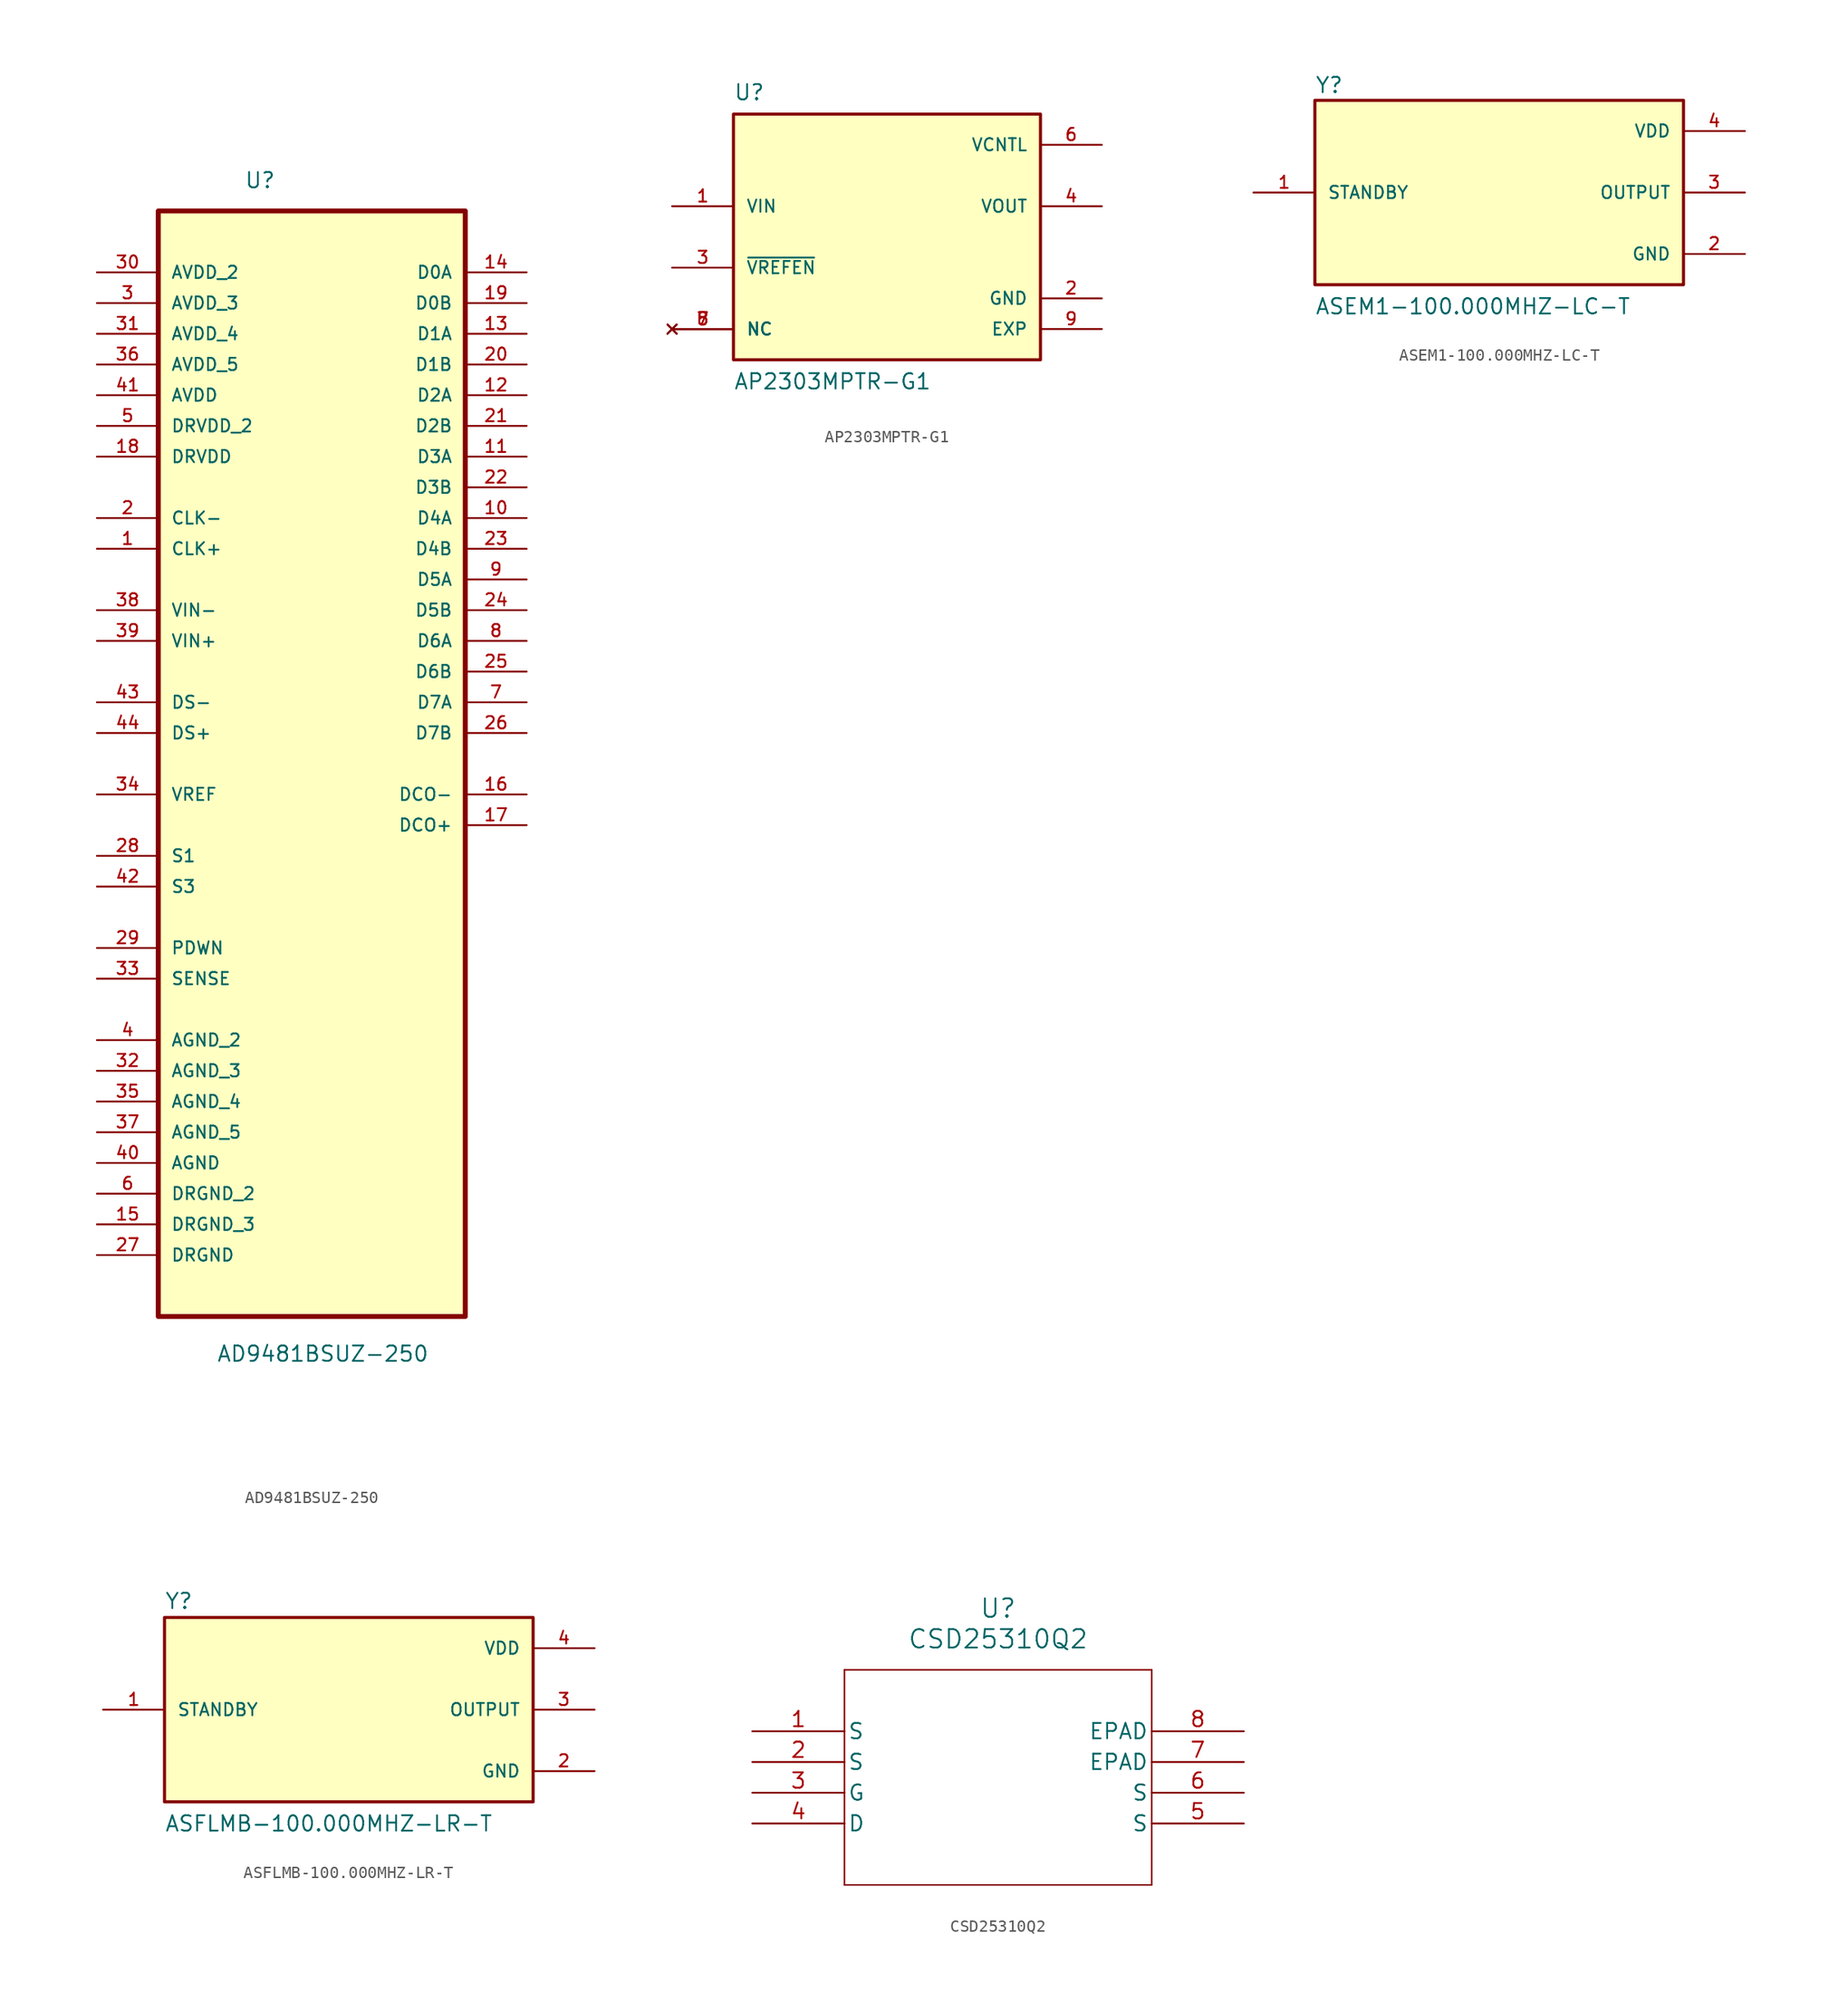
<source format=kicad_sym>
(kicad_symbol_lib
  (version 20231120)
  (generator "kicad_symbol_editor")
  (generator_version "8.0")
  (symbol "AD9481BSUZ-250"
    (pin_names
      (offset 1.016))
    (property "Reference" "U"
      (at -5.589 44.967 0)
      (effects (font (size 1.27 1.27)) (justify left bottom)))
    (property "Value" "AD9481BSUZ-250"
      (at -7.889 -52.09 0)
      (effects (font (size 1.27 1.27)) (justify left bottom)))
    (symbol "AD9481BSUZ-250_0_0"
      (rectangle (start -12.7 -48.26) (end 12.7 43.18) (stroke (width 0.406) (type default)) (fill (type background)))
      (pin input line (at -17.78 15.24 0) (length 5.08) (name "CLK+" (effects (font (size 1.016 1.016)))) (number "1" (effects (font (size 1.016 1.016)))))
      (pin output line (at 17.78 17.78 180) (length 5.08) (name "D4A" (effects (font (size 1.016 1.016)))) (number "10" (effects (font (size 1.016 1.016)))))
      (pin output line (at 17.78 22.86 180) (length 5.08) (name "D3A" (effects (font (size 1.016 1.016)))) (number "11" (effects (font (size 1.016 1.016)))))
      (pin output line (at 17.78 27.94 180) (length 5.08) (name "D2A" (effects (font (size 1.016 1.016)))) (number "12" (effects (font (size 1.016 1.016)))))
      (pin output line (at 17.78 33.02 180) (length 5.08) (name "D1A" (effects (font (size 1.016 1.016)))) (number "13" (effects (font (size 1.016 1.016)))))
      (pin output line (at 17.78 38.1 180) (length 5.08) (name "D0A" (effects (font (size 1.016 1.016)))) (number "14" (effects (font (size 1.016 1.016)))))
      (pin passive line (at -17.78 -40.64 0) (length 5.08) (name "DRGND_3" (effects (font (size 1.016 1.016)))) (number "15" (effects (font (size 1.016 1.016)))))
      (pin output line (at 17.78 -5.08 180) (length 5.08) (name "DCO-" (effects (font (size 1.016 1.016)))) (number "16" (effects (font (size 1.016 1.016)))))
      (pin output line (at 17.78 -7.62 180) (length 5.08) (name "DCO+" (effects (font (size 1.016 1.016)))) (number "17" (effects (font (size 1.016 1.016)))))
      (pin power_in line (at -17.78 22.86 0) (length 5.08) (name "DRVDD" (effects (font (size 1.016 1.016)))) (number "18" (effects (font (size 1.016 1.016)))))
      (pin output line (at 17.78 35.56 180) (length 5.08) (name "D0B" (effects (font (size 1.016 1.016)))) (number "19" (effects (font (size 1.016 1.016)))))
      (pin input line (at -17.78 17.78 0) (length 5.08) (name "CLK-" (effects (font (size 1.016 1.016)))) (number "2" (effects (font (size 1.016 1.016)))))
      (pin output line (at 17.78 30.48 180) (length 5.08) (name "D1B" (effects (font (size 1.016 1.016)))) (number "20" (effects (font (size 1.016 1.016)))))
      (pin output line (at 17.78 25.4 180) (length 5.08) (name "D2B" (effects (font (size 1.016 1.016)))) (number "21" (effects (font (size 1.016 1.016)))))
      (pin output line (at 17.78 20.32 180) (length 5.08) (name "D3B" (effects (font (size 1.016 1.016)))) (number "22" (effects (font (size 1.016 1.016)))))
      (pin output line (at 17.78 15.24 180) (length 5.08) (name "D4B" (effects (font (size 1.016 1.016)))) (number "23" (effects (font (size 1.016 1.016)))))
      (pin output line (at 17.78 10.16 180) (length 5.08) (name "D5B" (effects (font (size 1.016 1.016)))) (number "24" (effects (font (size 1.016 1.016)))))
      (pin output line (at 17.78 5.08 180) (length 5.08) (name "D6B" (effects (font (size 1.016 1.016)))) (number "25" (effects (font (size 1.016 1.016)))))
      (pin output line (at 17.78 0 180) (length 5.08) (name "D7B" (effects (font (size 1.016 1.016)))) (number "26" (effects (font (size 1.016 1.016)))))
      (pin passive line (at -17.78 -43.18 0) (length 5.08) (name "DRGND" (effects (font (size 1.016 1.016)))) (number "27" (effects (font (size 1.016 1.016)))))
      (pin passive line (at -17.78 -10.16 0) (length 5.08) (name "S1" (effects (font (size 1.016 1.016)))) (number "28" (effects (font (size 1.016 1.016)))))
      (pin passive line (at -17.78 -17.78 0) (length 5.08) (name "PDWN" (effects (font (size 1.016 1.016)))) (number "29" (effects (font (size 1.016 1.016)))))
      (pin power_in line (at -17.78 35.56 0) (length 5.08) (name "AVDD_3" (effects (font (size 1.016 1.016)))) (number "3" (effects (font (size 1.016 1.016)))))
      (pin power_in line (at -17.78 38.1 0) (length 5.08) (name "AVDD_2" (effects (font (size 1.016 1.016)))) (number "30" (effects (font (size 1.016 1.016)))))
      (pin power_in line (at -17.78 33.02 0) (length 5.08) (name "AVDD_4" (effects (font (size 1.016 1.016)))) (number "31" (effects (font (size 1.016 1.016)))))
      (pin passive line (at -17.78 -27.94 0) (length 5.08) (name "AGND_3" (effects (font (size 1.016 1.016)))) (number "32" (effects (font (size 1.016 1.016)))))
      (pin passive line (at -17.78 -20.32 0) (length 5.08) (name "SENSE" (effects (font (size 1.016 1.016)))) (number "33" (effects (font (size 1.016 1.016)))))
      (pin bidirectional line (at -17.78 -5.08 0) (length 5.08) (name "VREF" (effects (font (size 1.016 1.016)))) (number "34" (effects (font (size 1.016 1.016)))))
      (pin passive line (at -17.78 -30.48 0) (length 5.08) (name "AGND_4" (effects (font (size 1.016 1.016)))) (number "35" (effects (font (size 1.016 1.016)))))
      (pin power_in line (at -17.78 30.48 0) (length 5.08) (name "AVDD_5" (effects (font (size 1.016 1.016)))) (number "36" (effects (font (size 1.016 1.016)))))
      (pin passive line (at -17.78 -33.02 0) (length 5.08) (name "AGND_5" (effects (font (size 1.016 1.016)))) (number "37" (effects (font (size 1.016 1.016)))))
      (pin input line (at -17.78 10.16 0) (length 5.08) (name "VIN-" (effects (font (size 1.016 1.016)))) (number "38" (effects (font (size 1.016 1.016)))))
      (pin input line (at -17.78 7.62 0) (length 5.08) (name "VIN+" (effects (font (size 1.016 1.016)))) (number "39" (effects (font (size 1.016 1.016)))))
      (pin passive line (at -17.78 -25.4 0) (length 5.08) (name "AGND_2" (effects (font (size 1.016 1.016)))) (number "4" (effects (font (size 1.016 1.016)))))
      (pin passive line (at -17.78 -35.56 0) (length 5.08) (name "AGND" (effects (font (size 1.016 1.016)))) (number "40" (effects (font (size 1.016 1.016)))))
      (pin power_in line (at -17.78 27.94 0) (length 5.08) (name "AVDD" (effects (font (size 1.016 1.016)))) (number "41" (effects (font (size 1.016 1.016)))))
      (pin passive line (at -17.78 -12.7 0) (length 5.08) (name "S3" (effects (font (size 1.016 1.016)))) (number "42" (effects (font (size 1.016 1.016)))))
      (pin passive line (at -17.78 2.54 0) (length 5.08) (name "DS-" (effects (font (size 1.016 1.016)))) (number "43" (effects (font (size 1.016 1.016)))))
      (pin passive line (at -17.78 0 0) (length 5.08) (name "DS+" (effects (font (size 1.016 1.016)))) (number "44" (effects (font (size 1.016 1.016)))))
      (pin power_in line (at -17.78 25.4 0) (length 5.08) (name "DRVDD_2" (effects (font (size 1.016 1.016)))) (number "5" (effects (font (size 1.016 1.016)))))
      (pin passive line (at -17.78 -38.1 0) (length 5.08) (name "DRGND_2" (effects (font (size 1.016 1.016)))) (number "6" (effects (font (size 1.016 1.016)))))
      (pin output line (at 17.78 2.54 180) (length 5.08) (name "D7A" (effects (font (size 1.016 1.016)))) (number "7" (effects (font (size 1.016 1.016)))))
      (pin output line (at 17.78 7.62 180) (length 5.08) (name "D6A" (effects (font (size 1.016 1.016)))) (number "8" (effects (font (size 1.016 1.016)))))
      (pin output line (at 17.78 12.7 180) (length 5.08) (name "D5A" (effects (font (size 1.016 1.016)))) (number "9" (effects (font (size 1.016 1.016)))))))
  (symbol "AP2303MPTR-G1"
    (pin_names
      (offset 1.016))
    (property "Reference" "U"
      (at -12.7 12.7 0)
      (effects (font (size 1.27 1.27)) (justify left top)))
    (property "Value" "AP2303MPTR-G1"
      (at -12.7 -12.7 0)
      (effects (font (size 1.27 1.27)) (justify left bottom)))
    (symbol "AP2303MPTR-G1_0_0"
      (rectangle (start -12.7 -10.16) (end 12.7 10.16) (stroke (width 0.254) (type default)) (fill (type background)))
      (pin input line (at -17.78 2.54 0) (length 5.08) (name "VIN" (effects (font (size 1.016 1.016)))) (number "1" (effects (font (size 1.016 1.016)))))
      (pin power_in line (at 17.78 -5.08 180) (length 5.08) (name "GND" (effects (font (size 1.016 1.016)))) (number "2" (effects (font (size 1.016 1.016)))))
      (pin input line (at -17.78 -2.54 0) (length 5.08) (name "~{VREFEN}" (effects (font (size 1.016 1.016)))) (number "3" (effects (font (size 1.016 1.016)))))
      (pin output line (at 17.78 2.54 180) (length 5.08) (name "VOUT" (effects (font (size 1.016 1.016)))) (number "4" (effects (font (size 1.016 1.016)))))
      (pin no_connect line (at -17.78 -7.62 0) (length 5.08) (name "NC" (effects (font (size 1.016 1.016)))) (number "5" (effects (font (size 1.016 1.016)))))
      (pin power_in line (at 17.78 7.62 180) (length 5.08) (name "VCNTL" (effects (font (size 1.016 1.016)))) (number "6" (effects (font (size 1.016 1.016)))))
      (pin no_connect line (at -17.78 -7.62 0) (length 5.08) (name "NC" (effects (font (size 1.016 1.016)))) (number "7" (effects (font (size 1.016 1.016)))))
      (pin no_connect line (at -17.78 -7.62 0) (length 5.08) (name "NC" (effects (font (size 1.016 1.016)))) (number "8" (effects (font (size 1.016 1.016)))))
      (pin power_in line (at 17.78 -7.62 180) (length 5.08) (name "EXP" (effects (font (size 1.016 1.016)))) (number "9" (effects (font (size 1.016 1.016)))))))
  (symbol "ASEM1-100.000MHZ-LC-T"
    (pin_names
      (offset 1.016))
    (property "Reference" "Y"
      (at -15.24 8.128 0)
      (effects (font (size 1.27 1.27)) (justify left bottom)))
    (property "Value" "ASEM1-100.000MHZ-LC-T"
      (at -15.24 -10.16 0)
      (effects (font (size 1.27 1.27)) (justify left bottom)))
    (symbol "ASEM1-100.000MHZ-LC-T_0_0"
      (rectangle (start -15.24 -7.62) (end 15.24 7.62) (stroke (width 0.254) (type default)) (fill (type background)))
      (pin passive line (at -20.32 0 0) (length 5.08) (name "STANDBY" (effects (font (size 1.016 1.016)))) (number "1" (effects (font (size 1.016 1.016)))))
      (pin power_in line (at 20.32 -5.08 180) (length 5.08) (name "GND" (effects (font (size 1.016 1.016)))) (number "2" (effects (font (size 1.016 1.016)))))
      (pin output line (at 20.32 0 180) (length 5.08) (name "OUTPUT" (effects (font (size 1.016 1.016)))) (number "3" (effects (font (size 1.016 1.016)))))
      (pin power_in line (at 20.32 5.08 180) (length 5.08) (name "VDD" (effects (font (size 1.016 1.016)))) (number "4" (effects (font (size 1.016 1.016)))))))
  (symbol "ASFLMB-100.000MHZ-LR-T"
    (pin_names
      (offset 1.016))
    (property "Reference" "Y"
      (at -15.24 8.23 0)
      (effects (font (size 1.27 1.27)) (justify left bottom)))
    (property "Value" "ASFLMB-100.000MHZ-LR-T"
      (at -15.24 -10.16 0)
      (effects (font (size 1.27 1.27)) (justify left bottom)))
    (symbol "ASFLMB-100.000MHZ-LR-T_0_0"
      (rectangle (start -15.24 -7.62) (end 15.24 7.62) (stroke (width 0.254) (type default)) (fill (type background)))
      (pin passive line (at -20.32 0 0) (length 5.08) (name "STANDBY" (effects (font (size 1.016 1.016)))) (number "1" (effects (font (size 1.016 1.016)))))
      (pin power_in line (at 20.32 -5.08 180) (length 5.08) (name "GND" (effects (font (size 1.016 1.016)))) (number "2" (effects (font (size 1.016 1.016)))))
      (pin output line (at 20.32 0 180) (length 5.08) (name "OUTPUT" (effects (font (size 1.016 1.016)))) (number "3" (effects (font (size 1.016 1.016)))))
      (pin power_in line (at 20.32 5.08 180) (length 5.08) (name "VDD" (effects (font (size 1.016 1.016)))) (number "4" (effects (font (size 1.016 1.016)))))))
  (symbol "CSD25310Q2"
    (pin_names
      (offset 0.254))
    (property "Reference" "U"
      (at 20.32 10.16 0)
      (effects (font (size 1.524 1.524))))
    (property "Value" "CSD25310Q2"
      (at 20.32 7.62 0)
      (effects (font (size 1.524 1.524))))
    (property "ki_locked" ""
      (at 0 0 0)
      (effects (font (size 1.27 1.27))))
    (symbol "CSD25310Q2_0_1"
      (polyline (pts (xy 7.62 -12.7) (xy 33.02 -12.7)) (stroke (width 0.127) (type default)) (fill (type none)))
      (polyline (pts (xy 7.62 5.08) (xy 7.62 -12.7)) (stroke (width 0.127) (type default)) (fill (type none)))
      (polyline (pts (xy 33.02 -12.7) (xy 33.02 5.08)) (stroke (width 0.127) (type default)) (fill (type none)))
      (polyline (pts (xy 33.02 5.08) (xy 7.62 5.08)) (stroke (width 0.127) (type default)) (fill (type none)))
      (pin unspecified line (at 0 0 0) (length 7.62) (name "S" (effects (font (size 1.27 1.27)))) (number "1" (effects (font (size 1.27 1.27)))))
      (pin unspecified line (at 0 -2.54 0) (length 7.62) (name "S" (effects (font (size 1.27 1.27)))) (number "2" (effects (font (size 1.27 1.27)))))
      (pin unspecified line (at 0 -5.08 0) (length 7.62) (name "G" (effects (font (size 1.27 1.27)))) (number "3" (effects (font (size 1.27 1.27)))))
      (pin unspecified line (at 0 -7.62 0) (length 7.62) (name "D" (effects (font (size 1.27 1.27)))) (number "4" (effects (font (size 1.27 1.27)))))
      (pin unspecified line (at 40.64 -7.62 180) (length 7.62) (name "S" (effects (font (size 1.27 1.27)))) (number "5" (effects (font (size 1.27 1.27)))))
      (pin unspecified line (at 40.64 -5.08 180) (length 7.62) (name "S" (effects (font (size 1.27 1.27)))) (number "6" (effects (font (size 1.27 1.27)))))
      (pin unspecified line (at 40.64 -2.54 180) (length 7.62) (name "EPAD" (effects (font (size 1.27 1.27)))) (number "7" (effects (font (size 1.27 1.27)))))
      (pin unspecified line (at 40.64 0 180) (length 7.62) (name "EPAD" (effects (font (size 1.27 1.27)))) (number "8" (effects (font (size 1.27 1.27))))))))
</source>
